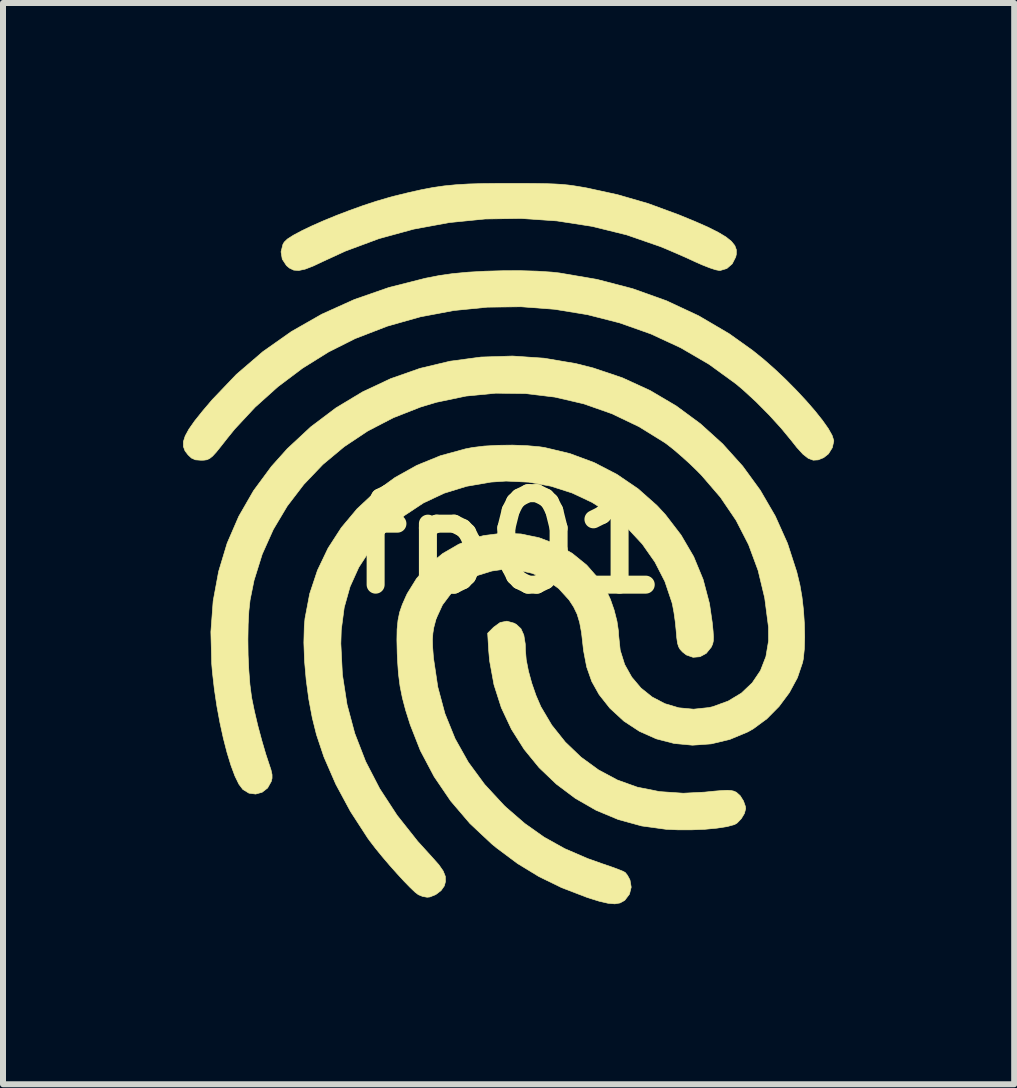
<source format=kicad_pcb>
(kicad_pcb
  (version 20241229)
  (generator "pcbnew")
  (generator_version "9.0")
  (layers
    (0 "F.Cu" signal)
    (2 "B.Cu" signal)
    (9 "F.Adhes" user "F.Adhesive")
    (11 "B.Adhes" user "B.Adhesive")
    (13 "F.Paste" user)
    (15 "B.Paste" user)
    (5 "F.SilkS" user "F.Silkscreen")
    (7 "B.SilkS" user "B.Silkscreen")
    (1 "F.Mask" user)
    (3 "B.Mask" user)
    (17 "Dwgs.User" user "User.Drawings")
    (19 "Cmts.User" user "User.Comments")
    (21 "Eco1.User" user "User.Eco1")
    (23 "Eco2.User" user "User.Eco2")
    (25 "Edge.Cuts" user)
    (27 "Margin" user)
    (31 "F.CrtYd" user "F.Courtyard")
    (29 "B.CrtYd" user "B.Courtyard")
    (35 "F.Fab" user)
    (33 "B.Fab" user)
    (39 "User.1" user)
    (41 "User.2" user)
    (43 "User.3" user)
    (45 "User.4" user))
  (footprint "fp01"
    (layer "F.Cu")
    (at 5.421 6)
    (property "Reference" "fp01" (at 0 0 0) (layer "F.SilkS") (effects (font (size 1.524 1.524) (thickness 0.3))))
    (attr through_hole)
    (fp_poly (pts (xy 0.093 1.331) (xy 0.132 1.353) (xy 0.207 1.423) (xy 0.255 1.529) (xy 0.279 1.677) (xy 0.282 1.781) (xy 0.295 1.939) (xy 0.332 2.129) (xy 0.388 2.333) (xy 0.458 2.535) (xy 0.537 2.718) (xy 0.538 2.721) (xy 0.721 3.03) (xy 0.946 3.312) (xy 1.208 3.563) (xy 1.499 3.775) (xy 1.812 3.943) (xy 2.14 4.061) (xy 2.141 4.062) (xy 2.517 4.137) (xy 2.911 4.164) (xy 3.264 4.146) (xy 3.433 4.129) (xy 3.557 4.119) (xy 3.645 4.115) (xy 3.707 4.119) (xy 3.753 4.129) (xy 3.793 4.147) (xy 3.798 4.15) (xy 3.86 4.206) (xy 3.915 4.294) (xy 3.947 4.386) (xy 3.951 4.421) (xy 3.93 4.501) (xy 3.878 4.588) (xy 3.81 4.659) (xy 3.766 4.686) (xy 3.641 4.72) (xy 3.472 4.746) (xy 3.272 4.765) (xy 3.051 4.774) (xy 2.823 4.774) (xy 2.625 4.765) (xy 2.218 4.709) (xy 1.828 4.602) (xy 1.459 4.448) (xy 1.114 4.25) (xy 0.797 4.012) (xy 0.511 3.739) (xy 0.261 3.433) (xy 0.049 3.098) (xy -0.12 2.738) (xy -0.242 2.357) (xy -0.315 1.958) (xy -0.33 1.786) (xy -0.347 1.498) (xy -0.247 1.398) (xy -0.139 1.32) (xy -0.027 1.298) (xy 0.093 1.331)) (stroke (width 0.01) (type solid)) (fill yes) (layer "F.SilkS"))
    (fp_poly (pts (xy 0.277 -5.995) (xy 0.479 -5.993) (xy 0.642 -5.99) (xy 0.776 -5.985) (xy 0.891 -5.978) (xy 0.994 -5.968) (xy 1.096 -5.954) (xy 1.205 -5.936) (xy 1.298 -5.92) (xy 1.817 -5.807) (xy 2.325 -5.66) (xy 2.836 -5.472) (xy 3.104 -5.362) (xy 3.322 -5.266) (xy 3.493 -5.18) (xy 3.622 -5.103) (xy 3.713 -5.03) (xy 3.77 -4.959) (xy 3.796 -4.888) (xy 3.795 -4.813) (xy 3.785 -4.769) (xy 3.727 -4.655) (xy 3.637 -4.577) (xy 3.527 -4.544) (xy 3.513 -4.544) (xy 3.449 -4.556) (xy 3.349 -4.589) (xy 3.225 -4.638) (xy 3.114 -4.687) (xy 2.956 -4.76) (xy 2.78 -4.837) (xy 2.612 -4.909) (xy 2.526 -4.944) (xy 1.969 -5.137) (xy 1.394 -5.279) (xy 0.806 -5.37) (xy 0.209 -5.411) (xy -0.391 -5.402) (xy -0.989 -5.342) (xy -1.579 -5.233) (xy -2.157 -5.075) (xy -2.717 -4.867) (xy -3.08 -4.7) (xy -3.254 -4.618) (xy -3.389 -4.566) (xy -3.494 -4.544) (xy -3.578 -4.55) (xy -3.649 -4.584) (xy -3.699 -4.626) (xy -3.769 -4.733) (xy -3.789 -4.855) (xy -3.758 -4.979) (xy -3.736 -5.017) (xy -3.683 -5.068) (xy -3.583 -5.132) (xy -3.444 -5.206) (xy -3.273 -5.288) (xy -3.078 -5.374) (xy -2.866 -5.461) (xy -2.643 -5.546) (xy -2.418 -5.627) (xy -2.198 -5.699) (xy -1.99 -5.76) (xy -1.9 -5.784) (xy -1.663 -5.842) (xy -1.453 -5.889) (xy -1.26 -5.926) (xy -1.073 -5.953) (xy -0.88 -5.972) (xy -0.67 -5.985) (xy -0.433 -5.992) (xy -0.157 -5.995) (xy 0.028 -5.995) (xy 0.277 -5.995)) (stroke (width 0.01) (type solid)) (fill yes) (layer "F.SilkS"))
    (fp_poly (pts (xy 0.475 -4.533) (xy 0.721 -4.517) (xy 0.847 -4.503) (xy 1.473 -4.396) (xy 2.068 -4.241) (xy 2.633 -4.039) (xy 3.168 -3.789) (xy 3.674 -3.492) (xy 4.068 -3.211) (xy 4.251 -3.063) (xy 4.436 -2.9) (xy 4.619 -2.727) (xy 4.795 -2.549) (xy 4.959 -2.373) (xy 5.105 -2.205) (xy 5.23 -2.048) (xy 5.327 -1.911) (xy 5.391 -1.797) (xy 5.418 -1.713) (xy 5.419 -1.703) (xy 5.394 -1.592) (xy 5.33 -1.489) (xy 5.25 -1.426) (xy 5.159 -1.389) (xy 5.076 -1.384) (xy 4.993 -1.415) (xy 4.905 -1.484) (xy 4.802 -1.597) (xy 4.717 -1.705) (xy 4.544 -1.915) (xy 4.341 -2.138) (xy 4.122 -2.359) (xy 3.904 -2.559) (xy 3.786 -2.658) (xy 3.343 -2.98) (xy 2.87 -3.256) (xy 2.372 -3.487) (xy 1.852 -3.671) (xy 1.316 -3.808) (xy 0.767 -3.898) (xy 0.209 -3.94) (xy -0.352 -3.933) (xy -0.913 -3.877) (xy -1.469 -3.772) (xy -2.017 -3.617) (xy -2.551 -3.411) (xy -2.554 -3.41) (xy -2.997 -3.187) (xy -3.43 -2.917) (xy -3.841 -2.608) (xy -4.222 -2.266) (xy -4.562 -1.901) (xy -4.685 -1.749) (xy -4.791 -1.614) (xy -4.87 -1.516) (xy -4.93 -1.451) (xy -4.979 -1.412) (xy -5.025 -1.391) (xy -5.075 -1.384) (xy -5.124 -1.383) (xy -5.216 -1.39) (xy -5.281 -1.419) (xy -5.337 -1.471) (xy -5.389 -1.539) (xy -5.416 -1.612) (xy -5.416 -1.693) (xy -5.386 -1.787) (xy -5.324 -1.901) (xy -5.227 -2.039) (xy -5.094 -2.205) (xy -4.936 -2.391) (xy -4.532 -2.814) (xy -4.092 -3.192) (xy -3.618 -3.526) (xy -3.11 -3.816) (xy -2.567 -4.061) (xy -1.992 -4.261) (xy -1.384 -4.415) (xy -1.143 -4.462) (xy -0.929 -4.492) (xy -0.674 -4.516) (xy -0.391 -4.532) (xy -0.096 -4.54) (xy 0.197 -4.541) (xy 0.475 -4.533)) (stroke (width 0.01) (type solid)) (fill yes) (layer "F.SilkS"))
    (fp_poly (pts (xy 0.308 -1.626) (xy 0.52 -1.607) (xy 0.601 -1.595) (xy 1.023 -1.494) (xy 1.427 -1.344) (xy 1.807 -1.147) (xy 2.158 -0.908) (xy 2.473 -0.629) (xy 2.613 -0.478) (xy 2.875 -0.136) (xy 3.085 0.223) (xy 3.242 0.603) (xy 3.348 1.005) (xy 3.394 1.321) (xy 3.408 1.462) (xy 3.414 1.56) (xy 3.412 1.628) (xy 3.401 1.678) (xy 3.381 1.723) (xy 3.376 1.733) (xy 3.294 1.834) (xy 3.19 1.89) (xy 3.075 1.9) (xy 2.963 1.861) (xy 2.899 1.811) (xy 2.859 1.768) (xy 2.833 1.723) (xy 2.815 1.663) (xy 2.803 1.575) (xy 2.792 1.447) (xy 2.777 1.301) (xy 2.756 1.152) (xy 2.732 1.024) (xy 2.723 0.987) (xy 2.605 0.637) (xy 2.439 0.313) (xy 2.23 0.015) (xy 1.982 -0.252) (xy 1.702 -0.485) (xy 1.392 -0.681) (xy 1.058 -0.838) (xy 0.705 -0.951) (xy 0.337 -1.018) (xy -0.041 -1.036) (xy -0.293 -1.019) (xy -0.698 -0.949) (xy -1.071 -0.834) (xy -1.416 -0.672) (xy -1.735 -0.461) (xy -2.033 -0.2) (xy -2.047 -0.186) (xy -2.297 0.099) (xy -2.494 0.401) (xy -2.64 0.724) (xy -2.737 1.07) (xy -2.786 1.444) (xy -2.793 1.671) (xy -2.767 2.188) (xy -2.69 2.686) (xy -2.561 3.168) (xy -2.38 3.635) (xy -2.145 4.089) (xy -1.856 4.532) (xy -1.513 4.965) (xy -1.276 5.226) (xy -1.161 5.355) (xy -1.088 5.46) (xy -1.052 5.55) (xy -1.05 5.636) (xy -1.069 5.708) (xy -1.124 5.786) (xy -1.211 5.852) (xy -1.309 5.892) (xy -1.355 5.897) (xy -1.432 5.883) (xy -1.501 5.855) (xy -1.556 5.813) (xy -1.638 5.735) (xy -1.741 5.629) (xy -1.857 5.503) (xy -1.979 5.366) (xy -2.1 5.224) (xy -2.212 5.087) (xy -2.308 4.962) (xy -2.346 4.91) (xy -2.633 4.467) (xy -2.877 4.014) (xy -3.075 3.559) (xy -3.199 3.188) (xy -3.269 2.907) (xy -3.327 2.598) (xy -3.37 2.277) (xy -3.398 1.958) (xy -3.409 1.655) (xy -3.402 1.383) (xy -3.39 1.251) (xy -3.312 0.841) (xy -3.182 0.45) (xy -3.006 0.082) (xy -2.785 -0.26) (xy -2.524 -0.572) (xy -2.225 -0.852) (xy -1.891 -1.095) (xy -1.527 -1.298) (xy -1.135 -1.458) (xy -0.719 -1.572) (xy -0.601 -1.595) (xy -0.406 -1.619) (xy -0.176 -1.632) (xy 0.069 -1.635) (xy 0.308 -1.626)) (stroke (width 0.01) (type solid)) (fill yes) (layer "F.SilkS"))
    (fp_poly (pts (xy 0.593 -3.083) (xy 1.123 -2.993) (xy 1.411 -2.92) (xy 1.898 -2.756) (xy 2.36 -2.544) (xy 2.794 -2.288) (xy 3.198 -1.99) (xy 3.568 -1.655) (xy 3.901 -1.285) (xy 4.194 -0.883) (xy 4.444 -0.453) (xy 4.648 0.002) (xy 4.802 0.478) (xy 4.855 0.698) (xy 4.889 0.896) (xy 4.914 1.115) (xy 4.929 1.342) (xy 4.934 1.562) (xy 4.928 1.762) (xy 4.911 1.927) (xy 4.899 1.986) (xy 4.813 2.24) (xy 4.679 2.488) (xy 4.506 2.72) (xy 4.304 2.924) (xy 4.079 3.09) (xy 3.988 3.142) (xy 3.686 3.268) (xy 3.376 3.342) (xy 3.065 3.364) (xy 2.759 3.335) (xy 2.462 3.258) (xy 2.181 3.133) (xy 1.921 2.962) (xy 1.688 2.747) (xy 1.509 2.52) (xy 1.387 2.302) (xy 1.302 2.06) (xy 1.249 1.782) (xy 1.24 1.697) (xy 1.216 1.486) (xy 1.185 1.319) (xy 1.143 1.181) (xy 1.085 1.061) (xy 1.009 0.944) (xy 1.007 0.942) (xy 0.835 0.753) (xy 0.628 0.605) (xy 0.396 0.501) (xy 0.148 0.445) (xy -0.11 0.438) (xy -0.276 0.462) (xy -0.535 0.542) (xy -0.762 0.666) (xy -0.951 0.829) (xy -1.1 1.027) (xy -1.206 1.258) (xy -1.245 1.405) (xy -1.26 1.5) (xy -1.267 1.602) (xy -1.264 1.726) (xy -1.252 1.886) (xy -1.248 1.925) (xy -1.178 2.395) (xy -1.059 2.838) (xy -0.89 3.255) (xy -0.67 3.647) (xy -0.398 4.017) (xy -0.075 4.366) (xy -0.038 4.401) (xy 0.272 4.669) (xy 0.593 4.896) (xy 0.938 5.088) (xy 1.318 5.252) (xy 1.563 5.339) (xy 1.696 5.384) (xy 1.811 5.426) (xy 1.897 5.46) (xy 1.942 5.483) (xy 1.944 5.484) (xy 1.982 5.532) (xy 2.021 5.604) (xy 2.024 5.612) (xy 2.044 5.729) (xy 2.015 5.845) (xy 1.94 5.944) (xy 1.927 5.954) (xy 1.858 5.992) (xy 1.771 6.007) (xy 1.657 5.997) (xy 1.51 5.963) (xy 1.321 5.904) (xy 1.307 5.899) (xy 0.887 5.738) (xy 0.506 5.552) (xy 0.15 5.335) (xy -0.197 5.076) (xy -0.279 5.009) (xy -0.642 4.669) (xy -0.963 4.293) (xy -1.239 3.887) (xy -1.468 3.454) (xy -1.637 3.023) (xy -1.713 2.783) (xy -1.768 2.575) (xy -1.807 2.379) (xy -1.833 2.176) (xy -1.849 1.947) (xy -1.854 1.834) (xy -1.859 1.612) (xy -1.856 1.433) (xy -1.841 1.284) (xy -1.814 1.151) (xy -1.77 1.023) (xy -1.709 0.885) (xy -1.687 0.838) (xy -1.532 0.588) (xy -1.332 0.363) (xy -1.095 0.17) (xy -0.829 0.016) (xy -0.542 -0.095) (xy -0.413 -0.128) (xy -0.102 -0.168) (xy 0.208 -0.155) (xy 0.51 -0.092) (xy 0.798 0.017) (xy 1.064 0.17) (xy 1.303 0.364) (xy 1.506 0.596) (xy 1.625 0.779) (xy 1.697 0.933) (xy 1.76 1.114) (xy 1.807 1.299) (xy 1.832 1.468) (xy 1.834 1.527) (xy 1.861 1.783) (xy 1.935 2.019) (xy 2.053 2.23) (xy 2.207 2.412) (xy 2.393 2.561) (xy 2.605 2.672) (xy 2.837 2.741) (xy 3.083 2.764) (xy 3.339 2.737) (xy 3.4 2.723) (xy 3.659 2.629) (xy 3.88 2.496) (xy 4.06 2.325) (xy 4.197 2.122) (xy 4.288 1.888) (xy 4.332 1.627) (xy 4.331 1.397) (xy 4.268 0.911) (xy 4.158 0.453) (xy 3.999 0.023) (xy 3.791 -0.382) (xy 3.531 -0.765) (xy 3.219 -1.128) (xy 3.148 -1.201) (xy 3.018 -1.327) (xy 2.878 -1.453) (xy 2.744 -1.568) (xy 2.63 -1.657) (xy 2.605 -1.675) (xy 2.174 -1.942) (xy 1.722 -2.158) (xy 1.253 -2.323) (xy 0.772 -2.435) (xy 0.282 -2.494) (xy -0.212 -2.5) (xy -0.707 -2.452) (xy -1.199 -2.349) (xy -1.463 -2.27) (xy -1.919 -2.091) (xy -2.345 -1.87) (xy -2.737 -1.609) (xy -3.093 -1.312) (xy -3.41 -0.98) (xy -3.686 -0.619) (xy -3.918 -0.23) (xy -4.103 0.183) (xy -4.239 0.618) (xy -4.305 0.945) (xy -4.325 1.128) (xy -4.337 1.352) (xy -4.341 1.601) (xy -4.338 1.861) (xy -4.326 2.116) (xy -4.308 2.351) (xy -4.282 2.551) (xy -4.277 2.582) (xy -4.233 2.797) (xy -4.176 3.039) (xy -4.11 3.285) (xy -4.043 3.514) (xy -3.993 3.665) (xy -3.956 3.777) (xy -3.939 3.855) (xy -3.939 3.915) (xy -3.952 3.968) (xy -4.013 4.077) (xy -4.104 4.148) (xy -4.212 4.178) (xy -4.324 4.163) (xy -4.427 4.1) (xy -4.427 4.099) (xy -4.491 4.014) (xy -4.557 3.879) (xy -4.623 3.702) (xy -4.688 3.49) (xy -4.75 3.25) (xy -4.807 2.989) (xy -4.858 2.714) (xy -4.9 2.432) (xy -4.932 2.151) (xy -4.944 2.01) (xy -4.958 1.476) (xy -4.92 0.962) (xy -4.829 0.47) (xy -4.687 -0.001) (xy -4.493 -0.449) (xy -4.247 -0.876) (xy -3.949 -1.28) (xy -3.685 -1.575) (xy -3.295 -1.938) (xy -2.876 -2.254) (xy -2.431 -2.522) (xy -1.963 -2.742) (xy -1.476 -2.913) (xy -0.973 -3.033) (xy -0.458 -3.102) (xy 0.065 -3.119) (xy 0.593 -3.083)) (stroke (width 0.01) (type solid)) (fill yes) (layer "F.SilkS")))
  (gr_rect
    (start -3 -3)
    (end 13.845 15.012)
    (stroke (width 0.1) (type default))
    (fill no)
    (layer "Edge.Cuts")))
</source>
